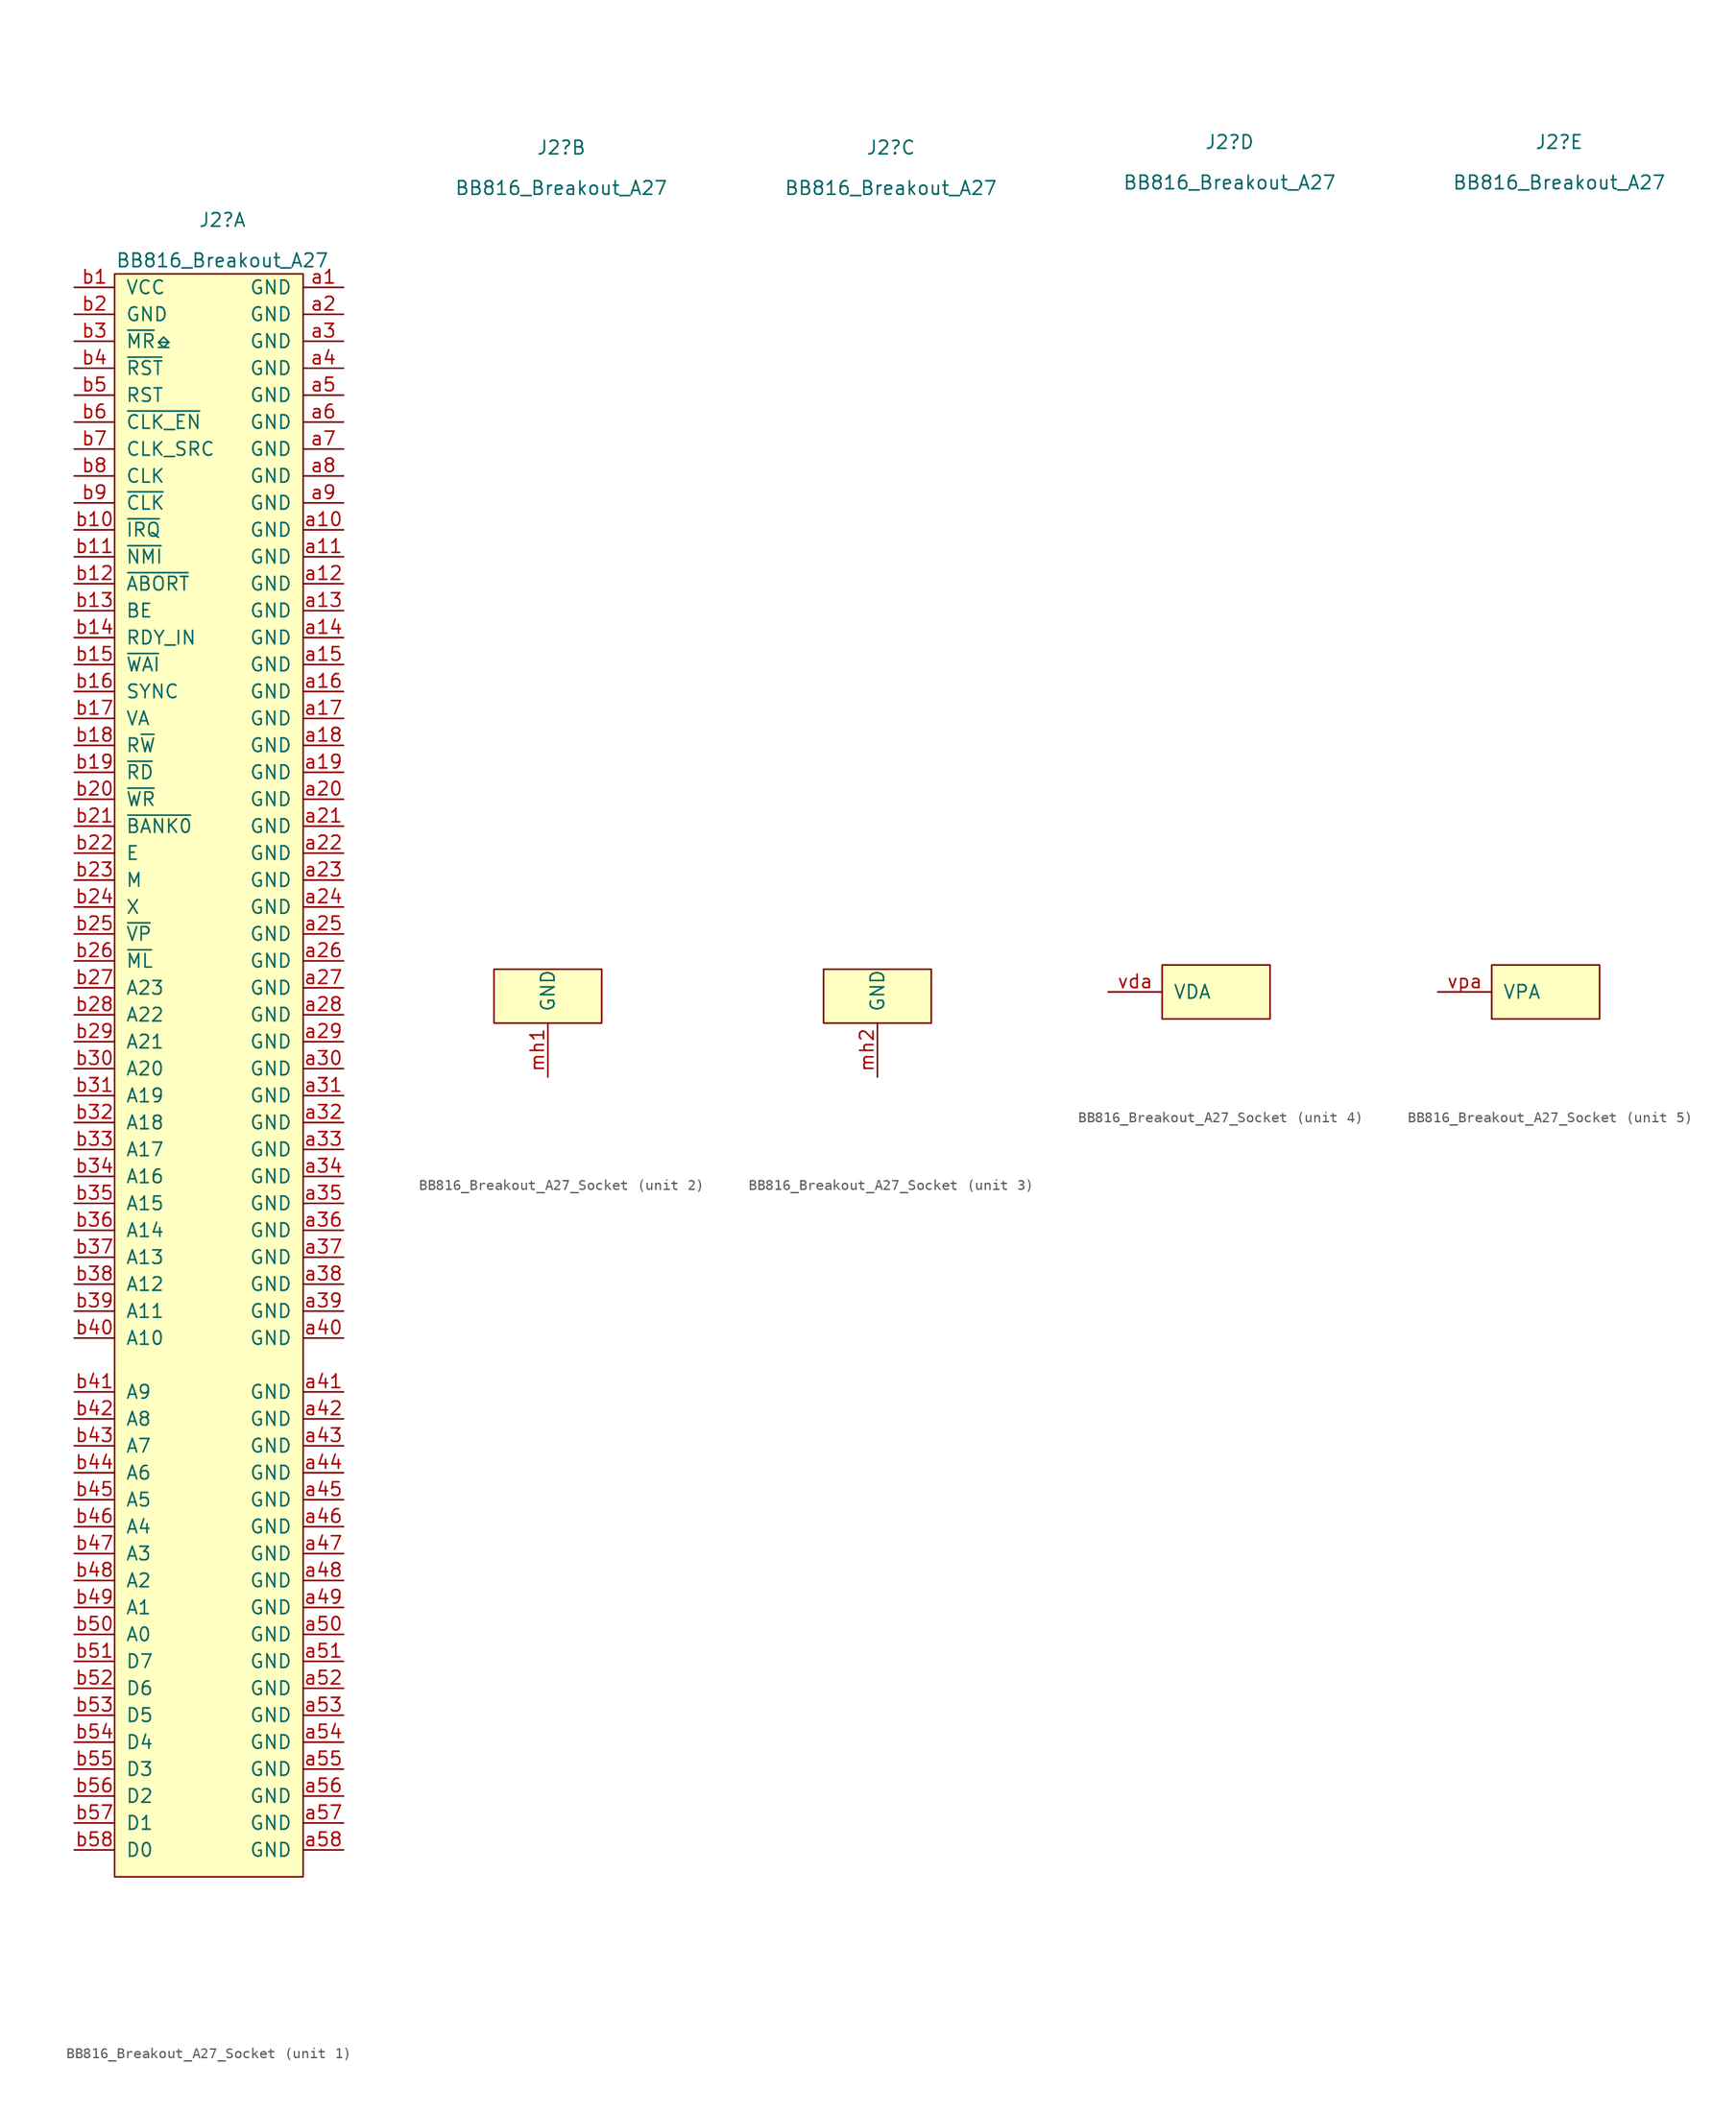
<source format=kicad_sym>
(kicad_symbol_lib
  (version 20231120)
  (generator "kicad_symbol_editor")
  (generator_version "8.0")
  (symbol "BB816_Breakout_A27_Socket"
    (pin_names
      (offset 1.016))
    (property "Reference" "J2"
      (at 1.27 80.01 0)
      (effects (font (size 1.27 1.27))))
    (property "Value" "BB816_Breakout_A27"
      (at 1.27 76.2 0)
      (effects (font (size 1.27 1.27))))
    (symbol "BB816_Breakout_A27_Socket_1_1"
      (rectangle (start -8.89 74.93) (end 8.89 -76.2) (stroke (width 0) (type default)) (fill (type background)))
      (pin passive line (at 12.7 73.66 180) (length 3.81) (name "GND" (effects (font (size 1.27 1.27)))) (number "a1" (effects (font (size 1.27 1.27)))))
      (pin passive line (at 12.7 50.8 180) (length 3.81) (name "GND" (effects (font (size 1.27 1.27)))) (number "a10" (effects (font (size 1.27 1.27)))))
      (pin passive line (at 12.7 48.26 180) (length 3.81) (name "GND" (effects (font (size 1.27 1.27)))) (number "a11" (effects (font (size 1.27 1.27)))))
      (pin passive line (at 12.7 45.72 180) (length 3.81) (name "GND" (effects (font (size 1.27 1.27)))) (number "a12" (effects (font (size 1.27 1.27)))))
      (pin passive line (at 12.7 43.18 180) (length 3.81) (name "GND" (effects (font (size 1.27 1.27)))) (number "a13" (effects (font (size 1.27 1.27)))))
      (pin passive line (at 12.7 40.64 180) (length 3.81) (name "GND" (effects (font (size 1.27 1.27)))) (number "a14" (effects (font (size 1.27 1.27)))))
      (pin passive line (at 12.7 38.1 180) (length 3.81) (name "GND" (effects (font (size 1.27 1.27)))) (number "a15" (effects (font (size 1.27 1.27)))))
      (pin passive line (at 12.7 35.56 180) (length 3.81) (name "GND" (effects (font (size 1.27 1.27)))) (number "a16" (effects (font (size 1.27 1.27)))))
      (pin passive line (at 12.7 33.02 180) (length 3.81) (name "GND" (effects (font (size 1.27 1.27)))) (number "a17" (effects (font (size 1.27 1.27)))))
      (pin passive line (at 12.7 30.48 180) (length 3.81) (name "GND" (effects (font (size 1.27 1.27)))) (number "a18" (effects (font (size 1.27 1.27)))))
      (pin passive line (at 12.7 27.94 180) (length 3.81) (name "GND" (effects (font (size 1.27 1.27)))) (number "a19" (effects (font (size 1.27 1.27)))))
      (pin passive line (at 12.7 71.12 180) (length 3.81) (name "GND" (effects (font (size 1.27 1.27)))) (number "a2" (effects (font (size 1.27 1.27)))))
      (pin passive line (at 12.7 25.4 180) (length 3.81) (name "GND" (effects (font (size 1.27 1.27)))) (number "a20" (effects (font (size 1.27 1.27)))))
      (pin passive line (at 12.7 22.86 180) (length 3.81) (name "GND" (effects (font (size 1.27 1.27)))) (number "a21" (effects (font (size 1.27 1.27)))))
      (pin passive line (at 12.7 20.32 180) (length 3.81) (name "GND" (effects (font (size 1.27 1.27)))) (number "a22" (effects (font (size 1.27 1.27)))))
      (pin passive line (at 12.7 17.78 180) (length 3.81) (name "GND" (effects (font (size 1.27 1.27)))) (number "a23" (effects (font (size 1.27 1.27)))))
      (pin passive line (at 12.7 15.24 180) (length 3.81) (name "GND" (effects (font (size 1.27 1.27)))) (number "a24" (effects (font (size 1.27 1.27)))))
      (pin passive line (at 12.7 12.7 180) (length 3.81) (name "GND" (effects (font (size 1.27 1.27)))) (number "a25" (effects (font (size 1.27 1.27)))))
      (pin passive line (at 12.7 10.16 180) (length 3.81) (name "GND" (effects (font (size 1.27 1.27)))) (number "a26" (effects (font (size 1.27 1.27)))))
      (pin passive line (at 12.7 7.62 180) (length 3.81) (name "GND" (effects (font (size 1.27 1.27)))) (number "a27" (effects (font (size 1.27 1.27)))))
      (pin passive line (at 12.7 5.08 180) (length 3.81) (name "GND" (effects (font (size 1.27 1.27)))) (number "a28" (effects (font (size 1.27 1.27)))))
      (pin passive line (at 12.7 2.54 180) (length 3.81) (name "GND" (effects (font (size 1.27 1.27)))) (number "a29" (effects (font (size 1.27 1.27)))))
      (pin passive line (at 12.7 68.58 180) (length 3.81) (name "GND" (effects (font (size 1.27 1.27)))) (number "a3" (effects (font (size 1.27 1.27)))))
      (pin passive line (at 12.7 0 180) (length 3.81) (name "GND" (effects (font (size 1.27 1.27)))) (number "a30" (effects (font (size 1.27 1.27)))))
      (pin passive line (at 12.7 -2.54 180) (length 3.81) (name "GND" (effects (font (size 1.27 1.27)))) (number "a31" (effects (font (size 1.27 1.27)))))
      (pin passive line (at 12.7 -5.08 180) (length 3.81) (name "GND" (effects (font (size 1.27 1.27)))) (number "a32" (effects (font (size 1.27 1.27)))))
      (pin passive line (at 12.7 -7.62 180) (length 3.81) (name "GND" (effects (font (size 1.27 1.27)))) (number "a33" (effects (font (size 1.27 1.27)))))
      (pin passive line (at 12.7 -10.16 180) (length 3.81) (name "GND" (effects (font (size 1.27 1.27)))) (number "a34" (effects (font (size 1.27 1.27)))))
      (pin passive line (at 12.7 -12.7 180) (length 3.81) (name "GND" (effects (font (size 1.27 1.27)))) (number "a35" (effects (font (size 1.27 1.27)))))
      (pin passive line (at 12.7 -15.24 180) (length 3.81) (name "GND" (effects (font (size 1.27 1.27)))) (number "a36" (effects (font (size 1.27 1.27)))))
      (pin passive line (at 12.7 -17.78 180) (length 3.81) (name "GND" (effects (font (size 1.27 1.27)))) (number "a37" (effects (font (size 1.27 1.27)))))
      (pin passive line (at 12.7 -20.32 180) (length 3.81) (name "GND" (effects (font (size 1.27 1.27)))) (number "a38" (effects (font (size 1.27 1.27)))))
      (pin passive line (at 12.7 -22.86 180) (length 3.81) (name "GND" (effects (font (size 1.27 1.27)))) (number "a39" (effects (font (size 1.27 1.27)))))
      (pin passive line (at 12.7 66.04 180) (length 3.81) (name "GND" (effects (font (size 1.27 1.27)))) (number "a4" (effects (font (size 1.27 1.27)))))
      (pin passive line (at 12.7 -25.4 180) (length 3.81) (name "GND" (effects (font (size 1.27 1.27)))) (number "a40" (effects (font (size 1.27 1.27)))))
      (pin passive line (at 12.7 -30.48 180) (length 3.81) (name "GND" (effects (font (size 1.27 1.27)))) (number "a41" (effects (font (size 1.27 1.27)))))
      (pin passive line (at 12.7 -33.02 180) (length 3.81) (name "GND" (effects (font (size 1.27 1.27)))) (number "a42" (effects (font (size 1.27 1.27)))))
      (pin passive line (at 12.7 -35.56 180) (length 3.81) (name "GND" (effects (font (size 1.27 1.27)))) (number "a43" (effects (font (size 1.27 1.27)))))
      (pin passive line (at 12.7 -38.1 180) (length 3.81) (name "GND" (effects (font (size 1.27 1.27)))) (number "a44" (effects (font (size 1.27 1.27)))))
      (pin passive line (at 12.7 -40.64 180) (length 3.81) (name "GND" (effects (font (size 1.27 1.27)))) (number "a45" (effects (font (size 1.27 1.27)))))
      (pin passive line (at 12.7 -43.18 180) (length 3.81) (name "GND" (effects (font (size 1.27 1.27)))) (number "a46" (effects (font (size 1.27 1.27)))))
      (pin passive line (at 12.7 -45.72 180) (length 3.81) (name "GND" (effects (font (size 1.27 1.27)))) (number "a47" (effects (font (size 1.27 1.27)))))
      (pin passive line (at 12.7 -48.26 180) (length 3.81) (name "GND" (effects (font (size 1.27 1.27)))) (number "a48" (effects (font (size 1.27 1.27)))))
      (pin passive line (at 12.7 -50.8 180) (length 3.81) (name "GND" (effects (font (size 1.27 1.27)))) (number "a49" (effects (font (size 1.27 1.27)))))
      (pin passive line (at 12.7 63.5 180) (length 3.81) (name "GND" (effects (font (size 1.27 1.27)))) (number "a5" (effects (font (size 1.27 1.27)))))
      (pin passive line (at 12.7 -53.34 180) (length 3.81) (name "GND" (effects (font (size 1.27 1.27)))) (number "a50" (effects (font (size 1.27 1.27)))))
      (pin passive line (at 12.7 -55.88 180) (length 3.81) (name "GND" (effects (font (size 1.27 1.27)))) (number "a51" (effects (font (size 1.27 1.27)))))
      (pin passive line (at 12.7 -58.42 180) (length 3.81) (name "GND" (effects (font (size 1.27 1.27)))) (number "a52" (effects (font (size 1.27 1.27)))))
      (pin passive line (at 12.7 -60.96 180) (length 3.81) (name "GND" (effects (font (size 1.27 1.27)))) (number "a53" (effects (font (size 1.27 1.27)))))
      (pin passive line (at 12.7 -63.5 180) (length 3.81) (name "GND" (effects (font (size 1.27 1.27)))) (number "a54" (effects (font (size 1.27 1.27)))))
      (pin passive line (at 12.7 -66.04 180) (length 3.81) (name "GND" (effects (font (size 1.27 1.27)))) (number "a55" (effects (font (size 1.27 1.27)))))
      (pin passive line (at 12.7 -68.58 180) (length 3.81) (name "GND" (effects (font (size 1.27 1.27)))) (number "a56" (effects (font (size 1.27 1.27)))))
      (pin passive line (at 12.7 -71.12 180) (length 3.81) (name "GND" (effects (font (size 1.27 1.27)))) (number "a57" (effects (font (size 1.27 1.27)))))
      (pin passive line (at 12.7 -73.66 180) (length 3.81) (name "GND" (effects (font (size 1.27 1.27)))) (number "a58" (effects (font (size 1.27 1.27)))))
      (pin passive line (at 12.7 60.96 180) (length 3.81) (name "GND" (effects (font (size 1.27 1.27)))) (number "a6" (effects (font (size 1.27 1.27)))))
      (pin passive line (at 12.7 58.42 180) (length 3.81) (name "GND" (effects (font (size 1.27 1.27)))) (number "a7" (effects (font (size 1.27 1.27)))))
      (pin passive line (at 12.7 55.88 180) (length 3.81) (name "GND" (effects (font (size 1.27 1.27)))) (number "a8" (effects (font (size 1.27 1.27)))))
      (pin passive line (at 12.7 53.34 180) (length 3.81) (name "GND" (effects (font (size 1.27 1.27)))) (number "a9" (effects (font (size 1.27 1.27)))))
      (pin passive line (at -12.7 73.66 0) (length 3.81) (name "VCC" (effects (font (size 1.27 1.27)))) (number "b1" (effects (font (size 1.27 1.27)))))
      (pin passive line (at -12.7 50.8 0) (length 3.81) (name "~{IRQ}" (effects (font (size 1.27 1.27)))) (number "b10" (effects (font (size 1.27 1.27)))))
      (pin passive line (at -12.7 48.26 0) (length 3.81) (name "~{NMI}" (effects (font (size 1.27 1.27)))) (number "b11" (effects (font (size 1.27 1.27)))))
      (pin passive line (at -12.7 45.72 0) (length 3.81) (name "~{ABORT}" (effects (font (size 1.27 1.27)))) (number "b12" (effects (font (size 1.27 1.27)))))
      (pin passive line (at -12.7 43.18 0) (length 3.81) (name "BE" (effects (font (size 1.27 1.27)))) (number "b13" (effects (font (size 1.27 1.27)))))
      (pin passive line (at -12.7 40.64 0) (length 3.81) (name "RDY_IN" (effects (font (size 1.27 1.27)))) (number "b14" (effects (font (size 1.27 1.27)))))
      (pin passive line (at -12.7 38.1 0) (length 3.81) (name "~{WAI}" (effects (font (size 1.27 1.27)))) (number "b15" (effects (font (size 1.27 1.27)))))
      (pin passive line (at -12.7 35.56 0) (length 3.81) (name "SYNC" (effects (font (size 1.27 1.27)))) (number "b16" (effects (font (size 1.27 1.27)))))
      (pin passive line (at -12.7 33.02 0) (length 3.81) (name "VA" (effects (font (size 1.27 1.27)))) (number "b17" (effects (font (size 1.27 1.27)))))
      (pin passive line (at -12.7 30.48 0) (length 3.81) (name "R~{W}" (effects (font (size 1.27 1.27)))) (number "b18" (effects (font (size 1.27 1.27)))))
      (pin passive line (at -12.7 27.94 0) (length 3.81) (name "~{RD}" (effects (font (size 1.27 1.27)))) (number "b19" (effects (font (size 1.27 1.27)))))
      (pin passive line (at -12.7 71.12 0) (length 3.81) (name "GND" (effects (font (size 1.27 1.27)))) (number "b2" (effects (font (size 1.27 1.27)))))
      (pin passive line (at -12.7 25.4 0) (length 3.81) (name "~{WR}" (effects (font (size 1.27 1.27)))) (number "b20" (effects (font (size 1.27 1.27)))))
      (pin passive line (at -12.7 22.86 0) (length 3.81) (name "~{BANK0}" (effects (font (size 1.27 1.27)))) (number "b21" (effects (font (size 1.27 1.27)))))
      (pin passive line (at -12.7 20.32 0) (length 3.81) (name "E" (effects (font (size 1.27 1.27)))) (number "b22" (effects (font (size 1.27 1.27)))))
      (pin passive line (at -12.7 17.78 0) (length 3.81) (name "M" (effects (font (size 1.27 1.27)))) (number "b23" (effects (font (size 1.27 1.27)))))
      (pin passive line (at -12.7 15.24 0) (length 3.81) (name "X" (effects (font (size 1.27 1.27)))) (number "b24" (effects (font (size 1.27 1.27)))))
      (pin passive line (at -12.7 12.7 0) (length 3.81) (name "~{VP}" (effects (font (size 1.27 1.27)))) (number "b25" (effects (font (size 1.27 1.27)))))
      (pin passive line (at -12.7 10.16 0) (length 3.81) (name "~{ML}" (effects (font (size 1.27 1.27)))) (number "b26" (effects (font (size 1.27 1.27)))))
      (pin passive line (at -12.7 7.62 0) (length 3.81) (name "A23" (effects (font (size 1.27 1.27)))) (number "b27" (effects (font (size 1.27 1.27)))))
      (pin passive line (at -12.7 5.08 0) (length 3.81) (name "A22" (effects (font (size 1.27 1.27)))) (number "b28" (effects (font (size 1.27 1.27)))))
      (pin passive line (at -12.7 2.54 0) (length 3.81) (name "A21" (effects (font (size 1.27 1.27)))) (number "b29" (effects (font (size 1.27 1.27)))))
      (pin passive line (at -12.7 68.58 0) (length 3.81) (name "~{MR}⎒" (effects (font (size 1.27 1.27)))) (number "b3" (effects (font (size 1.27 1.27)))))
      (pin passive line (at -12.7 0 0) (length 3.81) (name "A20" (effects (font (size 1.27 1.27)))) (number "b30" (effects (font (size 1.27 1.27)))))
      (pin passive line (at -12.7 -2.54 0) (length 3.81) (name "A19" (effects (font (size 1.27 1.27)))) (number "b31" (effects (font (size 1.27 1.27)))))
      (pin passive line (at -12.7 -5.08 0) (length 3.81) (name "A18" (effects (font (size 1.27 1.27)))) (number "b32" (effects (font (size 1.27 1.27)))))
      (pin passive line (at -12.7 -7.62 0) (length 3.81) (name "A17" (effects (font (size 1.27 1.27)))) (number "b33" (effects (font (size 1.27 1.27)))))
      (pin passive line (at -12.7 -10.16 0) (length 3.81) (name "A16" (effects (font (size 1.27 1.27)))) (number "b34" (effects (font (size 1.27 1.27)))))
      (pin passive line (at -12.7 -12.7 0) (length 3.81) (name "A15" (effects (font (size 1.27 1.27)))) (number "b35" (effects (font (size 1.27 1.27)))))
      (pin passive line (at -12.7 -15.24 0) (length 3.81) (name "A14" (effects (font (size 1.27 1.27)))) (number "b36" (effects (font (size 1.27 1.27)))))
      (pin passive line (at -12.7 -17.78 0) (length 3.81) (name "A13" (effects (font (size 1.27 1.27)))) (number "b37" (effects (font (size 1.27 1.27)))))
      (pin passive line (at -12.7 -20.32 0) (length 3.81) (name "A12" (effects (font (size 1.27 1.27)))) (number "b38" (effects (font (size 1.27 1.27)))))
      (pin passive line (at -12.7 -22.86 0) (length 3.81) (name "A11" (effects (font (size 1.27 1.27)))) (number "b39" (effects (font (size 1.27 1.27)))))
      (pin passive line (at -12.7 66.04 0) (length 3.81) (name "~{RST}" (effects (font (size 1.27 1.27)))) (number "b4" (effects (font (size 1.27 1.27)))))
      (pin passive line (at -12.7 -25.4 0) (length 3.81) (name "A10" (effects (font (size 1.27 1.27)))) (number "b40" (effects (font (size 1.27 1.27)))))
      (pin passive line (at -12.7 -30.48 0) (length 3.81) (name "A9" (effects (font (size 1.27 1.27)))) (number "b41" (effects (font (size 1.27 1.27)))))
      (pin passive line (at -12.7 -33.02 0) (length 3.81) (name "A8" (effects (font (size 1.27 1.27)))) (number "b42" (effects (font (size 1.27 1.27)))))
      (pin passive line (at -12.7 -35.56 0) (length 3.81) (name "A7" (effects (font (size 1.27 1.27)))) (number "b43" (effects (font (size 1.27 1.27)))))
      (pin passive line (at -12.7 -38.1 0) (length 3.81) (name "A6" (effects (font (size 1.27 1.27)))) (number "b44" (effects (font (size 1.27 1.27)))))
      (pin passive line (at -12.7 -40.64 0) (length 3.81) (name "A5" (effects (font (size 1.27 1.27)))) (number "b45" (effects (font (size 1.27 1.27)))))
      (pin passive line (at -12.7 -43.18 0) (length 3.81) (name "A4" (effects (font (size 1.27 1.27)))) (number "b46" (effects (font (size 1.27 1.27)))))
      (pin passive line (at -12.7 -45.72 0) (length 3.81) (name "A3" (effects (font (size 1.27 1.27)))) (number "b47" (effects (font (size 1.27 1.27)))))
      (pin passive line (at -12.7 -48.26 0) (length 3.81) (name "A2" (effects (font (size 1.27 1.27)))) (number "b48" (effects (font (size 1.27 1.27)))))
      (pin passive line (at -12.7 -50.8 0) (length 3.81) (name "A1" (effects (font (size 1.27 1.27)))) (number "b49" (effects (font (size 1.27 1.27)))))
      (pin passive line (at -12.7 63.5 0) (length 3.81) (name "RST" (effects (font (size 1.27 1.27)))) (number "b5" (effects (font (size 1.27 1.27)))))
      (pin passive line (at -12.7 -53.34 0) (length 3.81) (name "A0" (effects (font (size 1.27 1.27)))) (number "b50" (effects (font (size 1.27 1.27)))))
      (pin passive line (at -12.7 -55.88 0) (length 3.81) (name "D7" (effects (font (size 1.27 1.27)))) (number "b51" (effects (font (size 1.27 1.27)))))
      (pin passive line (at -12.7 -58.42 0) (length 3.81) (name "D6" (effects (font (size 1.27 1.27)))) (number "b52" (effects (font (size 1.27 1.27)))))
      (pin passive line (at -12.7 -60.96 0) (length 3.81) (name "D5" (effects (font (size 1.27 1.27)))) (number "b53" (effects (font (size 1.27 1.27)))))
      (pin passive line (at -12.7 -63.5 0) (length 3.81) (name "D4" (effects (font (size 1.27 1.27)))) (number "b54" (effects (font (size 1.27 1.27)))))
      (pin passive line (at -12.7 -66.04 0) (length 3.81) (name "D3" (effects (font (size 1.27 1.27)))) (number "b55" (effects (font (size 1.27 1.27)))))
      (pin passive line (at -12.7 -68.58 0) (length 3.81) (name "D2" (effects (font (size 1.27 1.27)))) (number "b56" (effects (font (size 1.27 1.27)))))
      (pin passive line (at -12.7 -71.12 0) (length 3.81) (name "D1" (effects (font (size 1.27 1.27)))) (number "b57" (effects (font (size 1.27 1.27)))))
      (pin passive line (at -12.7 -73.66 0) (length 3.81) (name "D0" (effects (font (size 1.27 1.27)))) (number "b58" (effects (font (size 1.27 1.27)))))
      (pin passive line (at -12.7 60.96 0) (length 3.81) (name "~{CLK_EN}" (effects (font (size 1.27 1.27)))) (number "b6" (effects (font (size 1.27 1.27)))))
      (pin passive line (at -12.7 58.42 0) (length 3.81) (name "CLK_SRC" (effects (font (size 1.27 1.27)))) (number "b7" (effects (font (size 1.27 1.27)))))
      (pin passive line (at -12.7 55.88 0) (length 3.81) (name "CLK" (effects (font (size 1.27 1.27)))) (number "b8" (effects (font (size 1.27 1.27)))))
      (pin passive line (at -12.7 53.34 0) (length 3.81) (name "~{CLK}" (effects (font (size 1.27 1.27)))) (number "b9" (effects (font (size 1.27 1.27))))))
    (symbol "BB816_Breakout_A27_Socket_2_1"
      (rectangle (start -5.08 2.54) (end 5.08 -2.54) (stroke (width 0) (type default)) (fill (type background)))
      (pin input line (at 0 -7.62 90) (length 5.08) (name "GND" (effects (font (size 1.27 1.27)))) (number "mh1" (effects (font (size 1.27 1.27))))))
    (symbol "BB816_Breakout_A27_Socket_3_1"
      (rectangle (start -5.08 2.54) (end 5.08 -2.54) (stroke (width 0) (type default)) (fill (type background)))
      (pin input line (at 0 -7.62 90) (length 5.08) (name "GND" (effects (font (size 1.27 1.27)))) (number "mh2" (effects (font (size 1.27 1.27))))))
    (symbol "BB816_Breakout_A27_Socket_4_1"
      (rectangle (start -5.08 2.54) (end 5.08 -2.54) (stroke (width 0) (type default)) (fill (type background)))
      (pin input line (at -10.16 0 0) (length 5.08) (name "VDA" (effects (font (size 1.27 1.27)))) (number "vda" (effects (font (size 1.27 1.27))))))
    (symbol "BB816_Breakout_A27_Socket_5_1"
      (rectangle (start -5.08 2.54) (end 5.08 -2.54) (stroke (width 0) (type default)) (fill (type background)))
      (pin input line (at -10.16 0 0) (length 5.08) (name "VPA" (effects (font (size 1.27 1.27)))) (number "vpa" (effects (font (size 1.27 1.27))))))))
</source>
